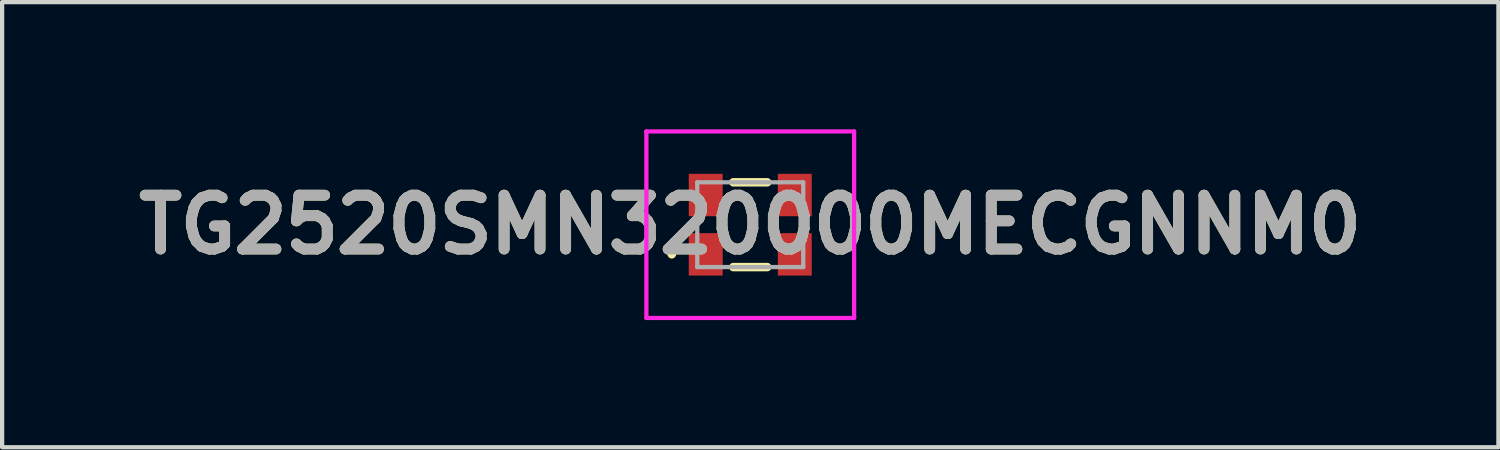
<source format=kicad_pcb>
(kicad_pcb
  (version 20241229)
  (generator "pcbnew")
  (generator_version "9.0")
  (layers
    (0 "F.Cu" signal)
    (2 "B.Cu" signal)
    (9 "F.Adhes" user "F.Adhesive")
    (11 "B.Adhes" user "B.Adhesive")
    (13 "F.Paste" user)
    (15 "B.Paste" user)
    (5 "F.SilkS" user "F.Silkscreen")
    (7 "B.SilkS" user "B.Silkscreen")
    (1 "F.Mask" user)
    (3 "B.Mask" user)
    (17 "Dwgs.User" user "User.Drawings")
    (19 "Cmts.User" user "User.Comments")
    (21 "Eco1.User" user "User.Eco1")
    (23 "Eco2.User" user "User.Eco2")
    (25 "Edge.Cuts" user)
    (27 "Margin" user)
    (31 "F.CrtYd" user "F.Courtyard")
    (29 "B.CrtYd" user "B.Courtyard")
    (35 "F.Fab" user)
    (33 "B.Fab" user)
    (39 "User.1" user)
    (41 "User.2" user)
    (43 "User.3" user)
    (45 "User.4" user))
  (footprint "TG2520SMN320000MECGNNM0"
    (layer "F.Cu")
    (at 14.647 2.25)
    (property "Reference" "TG2520SMN320000MECGNNM0" (at 0 0 0) (layer "F.SilkS") (effects (font (size 1.27 1.27) (thickness 0.254))))
    (attr smd)
    (fp_line (start -1.9 0.7) (end -1.9 0.7) (stroke (width 0.1) (type solid)) (layer "F.SilkS"))
    (fp_line (start -1.8 0.7) (end -1.8 0.7) (stroke (width 0.1) (type solid)) (layer "F.SilkS"))
    (fp_line (start -0.4 -1) (end 0.4 -1) (stroke (width 0.2) (type solid)) (layer "F.SilkS"))
    (fp_line (start -0.4 1) (end 0.4 1) (stroke (width 0.2) (type solid)) (layer "F.SilkS"))
    (fp_arc (start -1.9 0.7) (mid -1.85 0.65) (end -1.8 0.7) (stroke (width 0.1) (type solid)) (layer "F.SilkS"))
    (fp_arc (start -1.8 0.7) (mid -1.85 0.75) (end -1.9 0.7) (stroke (width 0.1) (type solid)) (layer "F.SilkS"))
    (fp_line (start -2.45 -2.2) (end 2.45 -2.2) (stroke (width 0.1) (type solid)) (layer "F.CrtYd"))
    (fp_line (start -2.45 2.2) (end -2.45 -2.2) (stroke (width 0.1) (type solid)) (layer "F.CrtYd"))
    (fp_line (start 2.45 -2.2) (end 2.45 2.2) (stroke (width 0.1) (type solid)) (layer "F.CrtYd"))
    (fp_line (start 2.45 2.2) (end -2.45 2.2) (stroke (width 0.1) (type solid)) (layer "F.CrtYd"))
    (fp_line (start -1.25 -1) (end 1.25 -1) (stroke (width 0.1) (type solid)) (layer "F.Fab"))
    (fp_line (start -1.25 1) (end -1.25 -1) (stroke (width 0.1) (type solid)) (layer "F.Fab"))
    (fp_line (start 1.25 -1) (end 1.25 1) (stroke (width 0.1) (type solid)) (layer "F.Fab"))
    (fp_line (start 1.25 1) (end -1.25 1) (stroke (width 0.1) (type solid)) (layer "F.Fab"))
    (fp_text user "${REFERENCE}" (at 0 0 0) (layer "F.Fab") (effects (font (size 1.27 1.27) (thickness 0.254))))
    (pad "1" smd rect (at -1.05 0.7) (size 0.8 1) (layers "F.Cu" "F.Mask" "F.Paste"))
    (pad "2" smd rect (at 1.05 0.7) (size 0.8 1) (layers "F.Cu" "F.Mask" "F.Paste"))
    (pad "3" smd rect (at 1.05 -0.7) (size 0.8 1) (layers "F.Cu" "F.Mask" "F.Paste"))
    (pad "4" smd rect (at -1.05 -0.7) (size 0.8 1) (layers "F.Cu" "F.Mask" "F.Paste")))
  (gr_rect
    (start -3 -3)
    (end 32.295 7.5)
    (stroke (width 0.1) (type default))
    (fill no)
    (layer "Edge.Cuts")))
</source>
